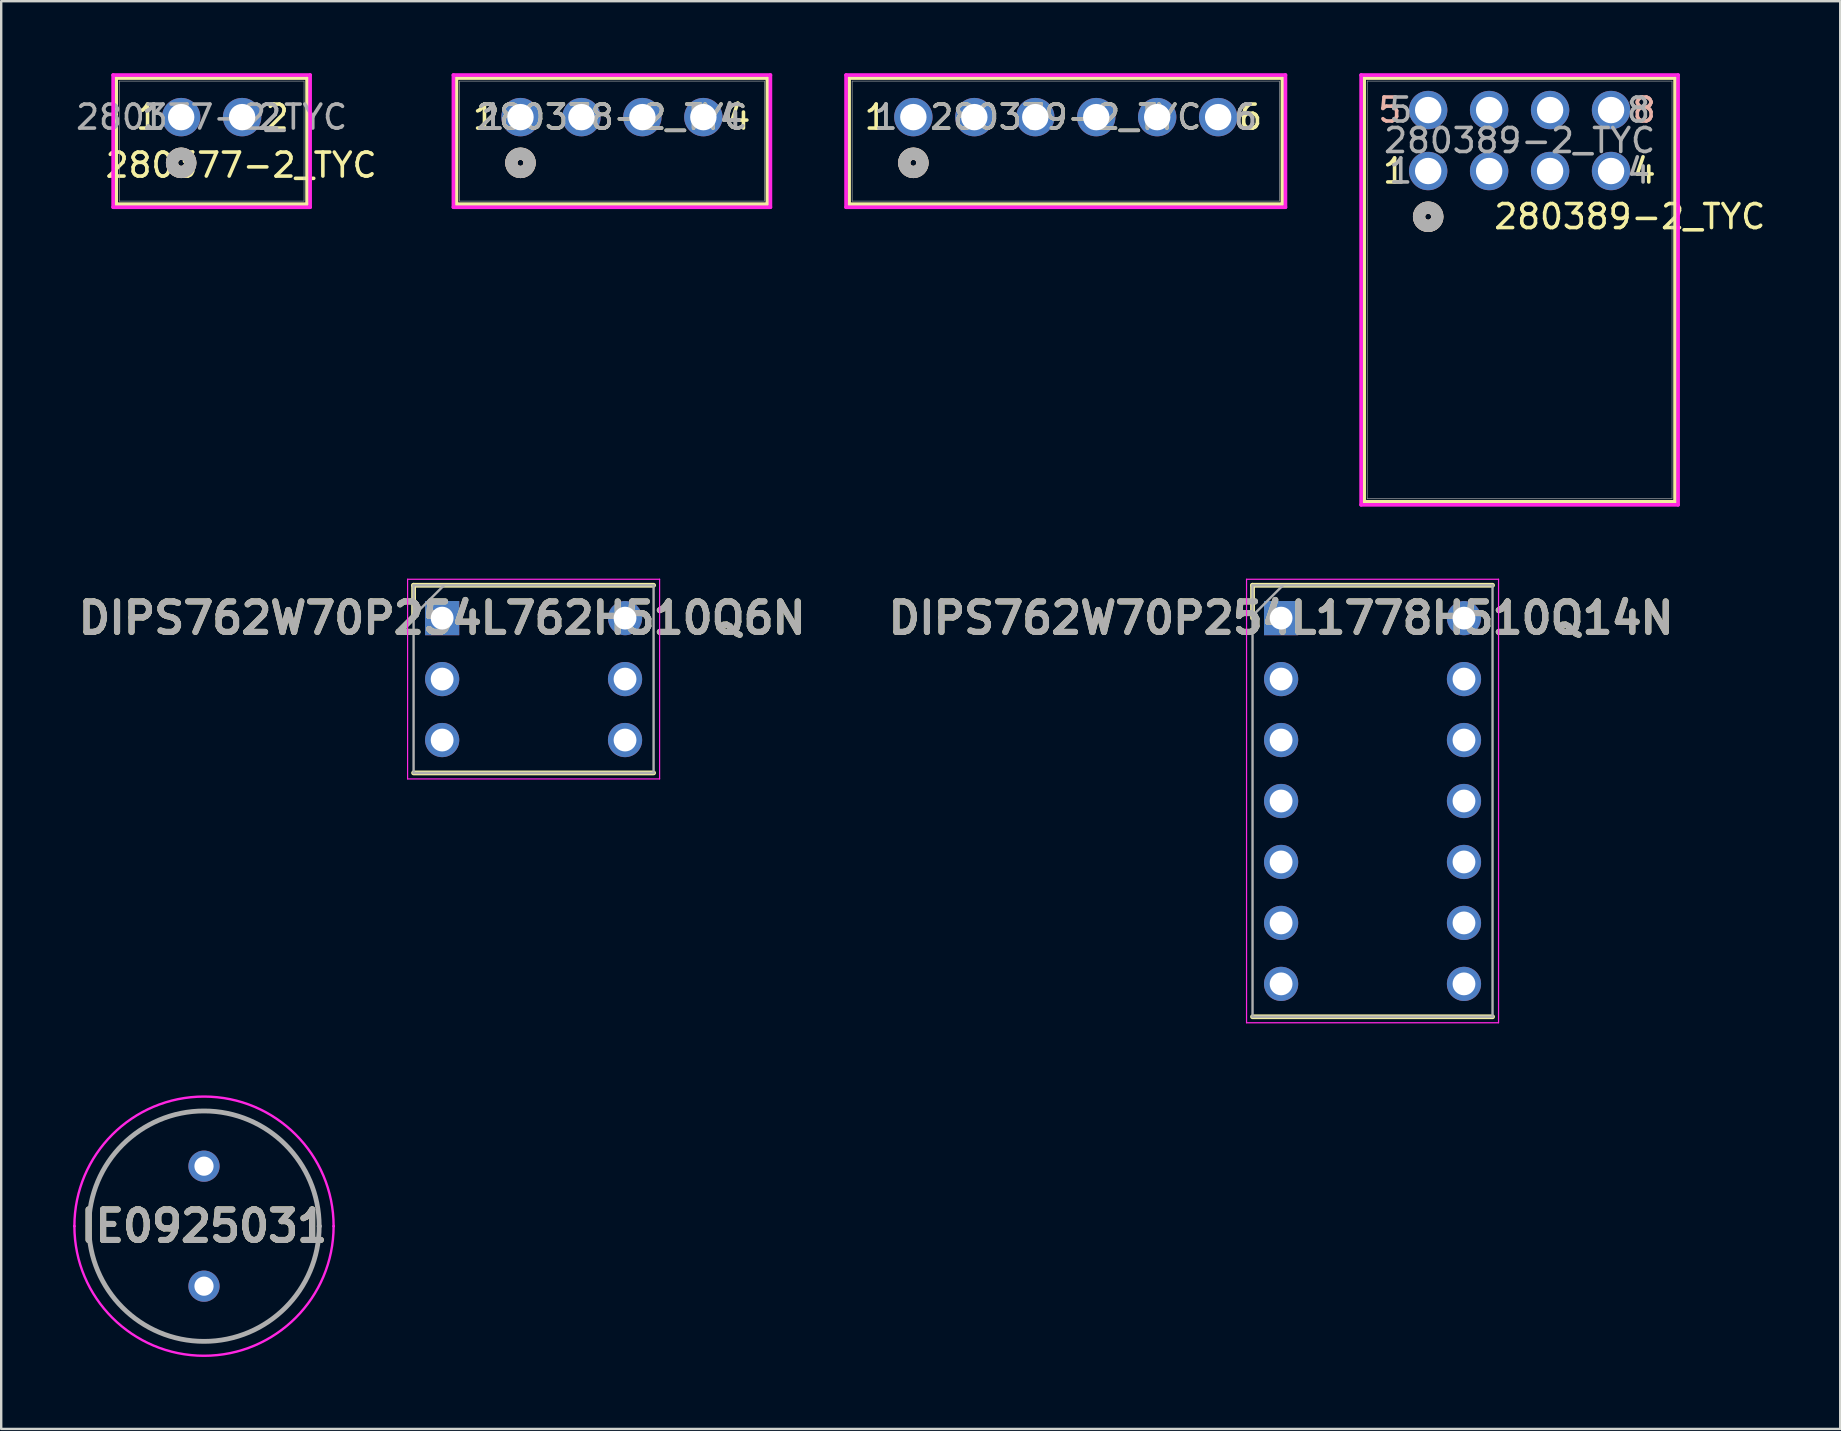
<source format=kicad_pcb>
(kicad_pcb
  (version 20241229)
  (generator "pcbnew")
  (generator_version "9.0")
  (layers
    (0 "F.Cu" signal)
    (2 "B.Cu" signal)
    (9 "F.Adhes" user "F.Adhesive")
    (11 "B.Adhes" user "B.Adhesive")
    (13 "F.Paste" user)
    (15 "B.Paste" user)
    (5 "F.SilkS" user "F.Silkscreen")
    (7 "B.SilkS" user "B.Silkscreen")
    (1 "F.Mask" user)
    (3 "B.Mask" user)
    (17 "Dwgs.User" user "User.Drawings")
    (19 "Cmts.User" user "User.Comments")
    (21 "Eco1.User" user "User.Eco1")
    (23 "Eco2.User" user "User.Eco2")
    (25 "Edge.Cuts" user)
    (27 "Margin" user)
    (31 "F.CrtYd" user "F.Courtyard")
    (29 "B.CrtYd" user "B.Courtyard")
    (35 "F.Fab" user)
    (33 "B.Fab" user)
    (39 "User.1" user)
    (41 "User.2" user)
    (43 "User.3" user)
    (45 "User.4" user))
  (footprint "280379-2_TYC"
    (layer "F.Cu")
    (at 35.006 1.83)
    (property "Reference" "280379-2_TYC" (at 6.35 0 0) (unlocked yes) (layer "F.SilkS") (effects (font (size 1 1) (thickness 0.15))))
    (attr through_hole)
    (fp_line (start -2.677 -1.627) (end -2.677 3.627) (stroke (width 0.152) (type solid)) (layer "F.SilkS"))
    (fp_line (start -2.677 3.627) (end 15.377 3.627) (stroke (width 0.152) (type solid)) (layer "F.SilkS"))
    (fp_line (start 15.377 -1.627) (end -2.677 -1.627) (stroke (width 0.152) (type solid)) (layer "F.SilkS"))
    (fp_line (start 15.377 3.627) (end 15.377 -1.627) (stroke (width 0.152) (type solid)) (layer "F.SilkS"))
    (fp_circle (center 0 1.905) (end 0.381 1.905) (stroke (width 0.508) (type solid)) (fill no) (layer "F.SilkS"))
    (fp_circle (center 0 1.905) (end 0.381 1.905) (stroke (width 0.508) (type solid)) (fill no) (layer "B.SilkS"))
    (fp_line (start -2.804 -1.754) (end -2.804 3.754) (stroke (width 0.152) (type solid)) (layer "F.CrtYd"))
    (fp_line (start -2.804 3.754) (end 15.504 3.754) (stroke (width 0.152) (type solid)) (layer "F.CrtYd"))
    (fp_line (start 15.504 -1.754) (end -2.804 -1.754) (stroke (width 0.152) (type solid)) (layer "F.CrtYd"))
    (fp_line (start 15.504 3.754) (end 15.504 -1.754) (stroke (width 0.152) (type solid)) (layer "F.CrtYd"))
    (fp_line (start -2.55 -1.5) (end -2.55 3.5) (stroke (width 0.025) (type solid)) (layer "F.Fab"))
    (fp_line (start -2.55 3.5) (end 15.25 3.5) (stroke (width 0.025) (type solid)) (layer "F.Fab"))
    (fp_line (start 15.25 -1.5) (end -2.55 -1.5) (stroke (width 0.025) (type solid)) (layer "F.Fab"))
    (fp_line (start 15.25 3.5) (end 15.25 -1.5) (stroke (width 0.025) (type solid)) (layer "F.Fab"))
    (fp_circle (center 0 1.905) (end 0.381 1.905) (stroke (width 0.508) (type solid)) (fill no) (layer "F.Fab"))
    (fp_text user "1" (at -1.55 0 0) (unlocked yes) (layer "F.SilkS") (effects (font (size 1 1) (thickness 0.15))))
    (fp_text user "6" (at 14.05 0 0) (unlocked yes) (layer "F.SilkS") (effects (font (size 1 1) (thickness 0.15))))
    (fp_text user "6" (at 13.843 0 0) (unlocked yes) (layer "F.Fab") (effects (font (size 1 1) (thickness 0.15))))
    (fp_text user "1" (at -1.143 0 0) (unlocked yes) (layer "F.Fab") (effects (font (size 1 1) (thickness 0.15))))
    (fp_text user "${REFERENCE}" (at 6.35 0 0) (unlocked yes) (layer "F.Fab") (effects (font (size 1 1) (thickness 0.15))))
    (fp_text user "1" (at -1.143 0 0) (unlocked yes) (layer "F.Fab") (effects (font (size 1 1) (thickness 0.15))))
    (fp_text user "6" (at 13.843 0 0) (unlocked yes) (layer "F.Fab") (effects (font (size 1 1) (thickness 0.15))))
    (pad "1" thru_hole circle (at 0 0) (size 1.6 1.6) (drill 1.1) (layers "*.Cu" "*.Mask"))
    (pad "2" thru_hole circle (at 2.54 0) (size 1.6 1.6) (drill 1.1) (layers "*.Cu" "*.Mask"))
    (pad "3" thru_hole circle (at 5.08 0) (size 1.6 1.6) (drill 1.1) (layers "*.Cu" "*.Mask"))
    (pad "4" thru_hole circle (at 7.62 0) (size 1.6 1.6) (drill 1.1) (layers "*.Cu" "*.Mask"))
    (pad "5" thru_hole circle (at 10.16 0) (size 1.6 1.6) (drill 1.1) (layers "*.Cu" "*.Mask"))
    (pad "6" thru_hole circle (at 12.7 0) (size 1.6 1.6) (drill 1.1) (layers "*.Cu" "*.Mask")))
  (footprint "DIPS762W70P254L1778H510Q14N"
    (layer "F.Cu")
    (at 50.329 22.705)
    (property "Reference" "DIPS762W70P254L1778H510Q14N" (at 0 0 0) (layer "F.SilkS") (effects (font (size 1.27 1.27) (thickness 0.254))))
    (attr through_hole)
    (fp_line (start -1.19 -1.37) (end -1.19 0) (stroke (width 0.2) (type solid)) (layer "F.SilkS"))
    (fp_line (start -1.19 16.61) (end 8.81 16.61) (stroke (width 0.2) (type solid)) (layer "F.SilkS"))
    (fp_line (start 8.81 -1.37) (end -1.19 -1.37) (stroke (width 0.2) (type solid)) (layer "F.SilkS"))
    (fp_line (start -1.44 -1.62) (end 9.06 -1.62) (stroke (width 0.05) (type solid)) (layer "F.CrtYd"))
    (fp_line (start -1.44 16.86) (end -1.44 -1.62) (stroke (width 0.05) (type solid)) (layer "F.CrtYd"))
    (fp_line (start 9.06 -1.62) (end 9.06 16.86) (stroke (width 0.05) (type solid)) (layer "F.CrtYd"))
    (fp_line (start 9.06 16.86) (end -1.44 16.86) (stroke (width 0.05) (type solid)) (layer "F.CrtYd"))
    (fp_line (start -1.19 -1.37) (end 8.81 -1.37) (stroke (width 0.1) (type solid)) (layer "F.Fab"))
    (fp_line (start -1.19 -0.1) (end 0.08 -1.37) (stroke (width 0.1) (type solid)) (layer "F.Fab"))
    (fp_line (start -1.19 16.61) (end -1.19 -1.37) (stroke (width 0.1) (type solid)) (layer "F.Fab"))
    (fp_line (start 8.81 -1.37) (end 8.81 16.61) (stroke (width 0.1) (type solid)) (layer "F.Fab"))
    (fp_line (start 8.81 16.61) (end -1.19 16.61) (stroke (width 0.1) (type solid)) (layer "F.Fab"))
    (fp_text user "${REFERENCE}" (at 0 0 0) (layer "F.Fab") (effects (font (size 1.27 1.27) (thickness 0.254))))
    (pad "1" thru_hole rect (at 0 0) (size 1.425 1.425) (drill 0.95) (layers "*.Cu" "*.Mask"))
    (pad "2" thru_hole circle (at 0 2.54) (size 1.425 1.425) (drill 0.95) (layers "*.Cu" "*.Mask"))
    (pad "3" thru_hole circle (at 0 5.08) (size 1.425 1.425) (drill 0.95) (layers "*.Cu" "*.Mask"))
    (pad "4" thru_hole circle (at 0 7.62) (size 1.425 1.425) (drill 0.95) (layers "*.Cu" "*.Mask"))
    (pad "5" thru_hole circle (at 0 10.16) (size 1.425 1.425) (drill 0.95) (layers "*.Cu" "*.Mask"))
    (pad "6" thru_hole circle (at 0 12.7) (size 1.425 1.425) (drill 0.95) (layers "*.Cu" "*.Mask"))
    (pad "7" thru_hole circle (at 0 15.24) (size 1.425 1.425) (drill 0.95) (layers "*.Cu" "*.Mask"))
    (pad "8" thru_hole circle (at 7.62 15.24) (size 1.425 1.425) (drill 0.95) (layers "*.Cu" "*.Mask"))
    (pad "9" thru_hole circle (at 7.62 12.7) (size 1.425 1.425) (drill 0.95) (layers "*.Cu" "*.Mask"))
    (pad "10" thru_hole circle (at 7.62 10.16) (size 1.425 1.425) (drill 0.95) (layers "*.Cu" "*.Mask"))
    (pad "11" thru_hole circle (at 7.62 7.62) (size 1.425 1.425) (drill 0.95) (layers "*.Cu" "*.Mask"))
    (pad "12" thru_hole circle (at 7.62 5.08) (size 1.425 1.425) (drill 0.95) (layers "*.Cu" "*.Mask"))
    (pad "13" thru_hole circle (at 7.62 2.54) (size 1.425 1.425) (drill 0.95) (layers "*.Cu" "*.Mask"))
    (pad "14" thru_hole circle (at 7.62 0) (size 1.425 1.425) (drill 0.95) (layers "*.Cu" "*.Mask")))
  (footprint "DIPS762W70P254L762H510Q6N"
    (layer "F.Cu")
    (at 15.373 22.705)
    (property "Reference" "DIPS762W70P254L762H510Q6N" (at 0 0 0) (layer "F.SilkS") (effects (font (size 1.27 1.27) (thickness 0.254))))
    (attr through_hole)
    (fp_line (start -1.19 -1.37) (end -1.19 0) (stroke (width 0.2) (type solid)) (layer "F.SilkS"))
    (fp_line (start -1.19 6.45) (end 8.81 6.45) (stroke (width 0.2) (type solid)) (layer "F.SilkS"))
    (fp_line (start 8.81 -1.37) (end -1.19 -1.37) (stroke (width 0.2) (type solid)) (layer "F.SilkS"))
    (fp_line (start -1.44 -1.62) (end 9.06 -1.62) (stroke (width 0.05) (type solid)) (layer "F.CrtYd"))
    (fp_line (start -1.44 6.7) (end -1.44 -1.62) (stroke (width 0.05) (type solid)) (layer "F.CrtYd"))
    (fp_line (start 9.06 -1.62) (end 9.06 6.7) (stroke (width 0.05) (type solid)) (layer "F.CrtYd"))
    (fp_line (start 9.06 6.7) (end -1.44 6.7) (stroke (width 0.05) (type solid)) (layer "F.CrtYd"))
    (fp_line (start -1.19 -1.37) (end 8.81 -1.37) (stroke (width 0.1) (type solid)) (layer "F.Fab"))
    (fp_line (start -1.19 -0.1) (end 0.08 -1.37) (stroke (width 0.1) (type solid)) (layer "F.Fab"))
    (fp_line (start -1.19 6.45) (end -1.19 -1.37) (stroke (width 0.1) (type solid)) (layer "F.Fab"))
    (fp_line (start 8.81 -1.37) (end 8.81 6.45) (stroke (width 0.1) (type solid)) (layer "F.Fab"))
    (fp_line (start 8.81 6.45) (end -1.19 6.45) (stroke (width 0.1) (type solid)) (layer "F.Fab"))
    (fp_text user "${REFERENCE}" (at 0 0 0) (layer "F.Fab") (effects (font (size 1.27 1.27) (thickness 0.254))))
    (pad "1" thru_hole rect (at 0 0) (size 1.425 1.425) (drill 0.95) (layers "*.Cu" "*.Mask"))
    (pad "2" thru_hole circle (at 0 2.54) (size 1.425 1.425) (drill 0.95) (layers "*.Cu" "*.Mask"))
    (pad "3" thru_hole circle (at 0 5.08) (size 1.425 1.425) (drill 0.95) (layers "*.Cu" "*.Mask"))
    (pad "4" thru_hole circle (at 7.62 5.08) (size 1.425 1.425) (drill 0.95) (layers "*.Cu" "*.Mask"))
    (pad "5" thru_hole circle (at 7.62 2.54) (size 1.425 1.425) (drill 0.95) (layers "*.Cu" "*.Mask"))
    (pad "6" thru_hole circle (at 7.62 0) (size 1.425 1.425) (drill 0.95) (layers "*.Cu" "*.Mask")))
  (footprint "280377-2_TYC"
    (layer "F.Cu")
    (at 4.498 1.83)
    (property "Reference" "280377-2_TYC" (at 2.5 2 0) (unlocked yes) (layer "F.SilkS") (effects (font (size 1 1) (thickness 0.15))))
    (attr through_hole)
    (fp_line (start -2.707 -1.627) (end -2.707 3.627) (stroke (width 0.152) (type solid)) (layer "F.SilkS"))
    (fp_line (start -2.707 3.627) (end 5.247 3.627) (stroke (width 0.152) (type solid)) (layer "F.SilkS"))
    (fp_line (start 5.247 -1.627) (end -2.707 -1.627) (stroke (width 0.152) (type solid)) (layer "F.SilkS"))
    (fp_line (start 5.247 3.627) (end 5.247 -1.627) (stroke (width 0.152) (type solid)) (layer "F.SilkS"))
    (fp_circle (center 0 1.905) (end 0.381 1.905) (stroke (width 0.508) (type solid)) (fill no) (layer "F.SilkS"))
    (fp_circle (center 0 1.905) (end 0.381 1.905) (stroke (width 0.508) (type solid)) (fill no) (layer "B.SilkS"))
    (fp_line (start -2.834 -1.754) (end -2.834 3.754) (stroke (width 0.152) (type solid)) (layer "F.CrtYd"))
    (fp_line (start -2.834 3.754) (end 5.374 3.754) (stroke (width 0.152) (type solid)) (layer "F.CrtYd"))
    (fp_line (start 5.374 -1.754) (end -2.834 -1.754) (stroke (width 0.152) (type solid)) (layer "F.CrtYd"))
    (fp_line (start 5.374 3.754) (end 5.374 -1.754) (stroke (width 0.152) (type solid)) (layer "F.CrtYd"))
    (fp_line (start -2.58 -1.5) (end -2.58 3.5) (stroke (width 0.025) (type solid)) (layer "F.Fab"))
    (fp_line (start -2.58 3.5) (end 5.12 3.5) (stroke (width 0.025) (type solid)) (layer "F.Fab"))
    (fp_line (start 5.12 -1.5) (end -2.58 -1.5) (stroke (width 0.025) (type solid)) (layer "F.Fab"))
    (fp_line (start 5.12 3.5) (end 5.12 -1.5) (stroke (width 0.025) (type solid)) (layer "F.Fab"))
    (fp_circle (center 0 1.905) (end 0.381 1.905) (stroke (width 0.508) (type solid)) (fill no) (layer "F.Fab"))
    (fp_text user "2" (at 4 0 0) (unlocked yes) (layer "F.SilkS") (effects (font (size 1 1) (thickness 0.15))))
    (fp_text user "1" (at -1.4 0 0) (unlocked yes) (layer "F.SilkS") (effects (font (size 1 1) (thickness 0.15))))
    (fp_text user "2" (at 3.683 0 0) (unlocked yes) (layer "F.Fab") (effects (font (size 1 1) (thickness 0.15))))
    (fp_text user "1" (at -1.143 0 0) (unlocked yes) (layer "F.Fab") (effects (font (size 1 1) (thickness 0.15))))
    (fp_text user "${REFERENCE}" (at 1.27 0 0) (unlocked yes) (layer "F.Fab") (effects (font (size 1 1) (thickness 0.15))))
    (fp_text user "1" (at -1.143 0 0) (unlocked yes) (layer "F.Fab") (effects (font (size 1 1) (thickness 0.15))))
    (fp_text user "2" (at 3.683 0 0) (unlocked yes) (layer "F.Fab") (effects (font (size 1 1) (thickness 0.15))))
    (pad "1" thru_hole circle (at 0 0) (size 1.6 1.6) (drill 1.1) (layers "*.Cu" "*.Mask"))
    (pad "2" thru_hole circle (at 2.54 0) (size 1.6 1.6) (drill 1.1) (layers "*.Cu" "*.Mask")))
  (footprint "IE0925031"
    (layer "F.Cu")
    (at 5.45 50.54)
    (property "Reference" "IE0925031" (at 0 -2.5 0) (layer "F.SilkS") (effects (font (size 1.27 1.27) (thickness 0.254))))
    (attr through_hole)
    (fp_line (start -4.8 -2.5) (end -4.8 -2.5) (stroke (width 0.1) (type solid)) (layer "F.SilkS"))
    (fp_line (start 4.8 -2.5) (end 4.8 -2.5) (stroke (width 0.1) (type solid)) (layer "F.SilkS"))
    (fp_arc (start -4.8 -2.5) (mid 0 -7.3) (end 4.8 -2.5) (stroke (width 0.1) (type solid)) (layer "F.SilkS"))
    (fp_arc (start 4.8 -2.5) (mid 0 2.3) (end -4.8 -2.5) (stroke (width 0.1) (type solid)) (layer "F.SilkS"))
    (fp_line (start -5.4 -2.5) (end -5.4 -2.5) (stroke (width 0.1) (type solid)) (layer "F.CrtYd"))
    (fp_line (start 5.4 -2.5) (end 5.4 -2.5) (stroke (width 0.1) (type solid)) (layer "F.CrtYd"))
    (fp_arc (start -5.4 -2.5) (mid 0 -7.9) (end 5.4 -2.5) (stroke (width 0.1) (type solid)) (layer "F.CrtYd"))
    (fp_arc (start 5.4 -2.5) (mid 0 2.9) (end -5.4 -2.5) (stroke (width 0.1) (type solid)) (layer "F.CrtYd"))
    (fp_line (start -4.8 -2.5) (end -4.8 -2.5) (stroke (width 0.2) (type solid)) (layer "F.Fab"))
    (fp_line (start 4.8 -2.5) (end 4.8 -2.5) (stroke (width 0.2) (type solid)) (layer "F.Fab"))
    (fp_arc (start -4.8 -2.5) (mid 0 -7.3) (end 4.8 -2.5) (stroke (width 0.2) (type solid)) (layer "F.Fab"))
    (fp_arc (start 4.8 -2.5) (mid 0 2.3) (end -4.8 -2.5) (stroke (width 0.2) (type solid)) (layer "F.Fab"))
    (fp_text user "${REFERENCE}" (at 0 -2.5 0) (layer "F.Fab") (effects (font (size 1.27 1.27) (thickness 0.254))))
    (pad "1" thru_hole circle (at 0 0) (size 1.3 1.3) (drill 0.8) (layers "*.Cu" "*.Mask"))
    (pad "2" thru_hole circle (at 0 -5) (size 1.3 1.3) (drill 0.8) (layers "*.Cu" "*.Mask")))
  (footprint "280378-2_TYC"
    (layer "F.Cu")
    (at 18.636 1.83)
    (property "Reference" "280378-2_TYC" (at 3.81 0 0) (unlocked yes) (layer "F.SilkS") (effects (font (size 1 1) (thickness 0.15))))
    (attr through_hole)
    (fp_line (start -2.667 -1.627) (end -2.667 3.627) (stroke (width 0.152) (type solid)) (layer "F.SilkS"))
    (fp_line (start -2.667 3.627) (end 10.287 3.627) (stroke (width 0.152) (type solid)) (layer "F.SilkS"))
    (fp_line (start 10.287 -1.627) (end -2.667 -1.627) (stroke (width 0.152) (type solid)) (layer "F.SilkS"))
    (fp_line (start 10.287 3.627) (end 10.287 -1.627) (stroke (width 0.152) (type solid)) (layer "F.SilkS"))
    (fp_circle (center 0 1.905) (end 0.381 1.905) (stroke (width 0.508) (type solid)) (fill no) (layer "F.SilkS"))
    (fp_circle (center 0 1.905) (end 0.381 1.905) (stroke (width 0.508) (type solid)) (fill no) (layer "B.SilkS"))
    (fp_line (start -2.794 -1.754) (end -2.794 3.754) (stroke (width 0.152) (type solid)) (layer "F.CrtYd"))
    (fp_line (start -2.794 3.754) (end 10.414 3.754) (stroke (width 0.152) (type solid)) (layer "F.CrtYd"))
    (fp_line (start 10.414 -1.754) (end -2.794 -1.754) (stroke (width 0.152) (type solid)) (layer "F.CrtYd"))
    (fp_line (start 10.414 3.754) (end 10.414 -1.754) (stroke (width 0.152) (type solid)) (layer "F.CrtYd"))
    (fp_line (start -2.54 -1.5) (end -2.54 3.5) (stroke (width 0.025) (type solid)) (layer "F.Fab"))
    (fp_line (start -2.54 3.5) (end 10.16 3.5) (stroke (width 0.025) (type solid)) (layer "F.Fab"))
    (fp_line (start 10.16 -1.5) (end -2.54 -1.5) (stroke (width 0.025) (type solid)) (layer "F.Fab"))
    (fp_line (start 10.16 3.5) (end 10.16 -1.5) (stroke (width 0.025) (type solid)) (layer "F.Fab"))
    (fp_circle (center 0 1.905) (end 0.381 1.905) (stroke (width 0.508) (type solid)) (fill no) (layer "F.Fab"))
    (fp_text user "4" (at 9.1 0 0) (unlocked yes) (layer "F.SilkS") (effects (font (size 1 1) (thickness 0.15))))
    (fp_text user "1" (at -1.5 0 0) (unlocked yes) (layer "F.SilkS") (effects (font (size 1 1) (thickness 0.15))))
    (fp_text user "4" (at 8.763 0 0) (unlocked yes) (layer "F.Fab") (effects (font (size 1 1) (thickness 0.15))))
    (fp_text user "1" (at -1.143 0 0) (unlocked yes) (layer "F.Fab") (effects (font (size 1 1) (thickness 0.15))))
    (fp_text user "4" (at 8.763 0 0) (unlocked yes) (layer "F.Fab") (effects (font (size 1 1) (thickness 0.15))))
    (fp_text user "${REFERENCE}" (at 3.81 0 0) (unlocked yes) (layer "F.Fab") (effects (font (size 1 1) (thickness 0.15))))
    (fp_text user "1" (at -1.143 0 0) (unlocked yes) (layer "F.Fab") (effects (font (size 1 1) (thickness 0.15))))
    (pad "1" thru_hole circle (at 0 0) (size 1.6 1.6) (drill 1.1) (layers "*.Cu" "*.Mask"))
    (pad "2" thru_hole circle (at 2.54 0) (size 1.6 1.6) (drill 1.1) (layers "*.Cu" "*.Mask"))
    (pad "3" thru_hole circle (at 5.08 0) (size 1.6 1.6) (drill 1.1) (layers "*.Cu" "*.Mask"))
    (pad "4" thru_hole circle (at 7.62 0) (size 1.6 1.6) (drill 1.1) (layers "*.Cu" "*.Mask")))
  (footprint "280389-2_TYC"
    (layer "F.Cu")
    (at 56.457 4.076)
    (property "Reference" "280389-2_TYC" (at 8.4 1.9 0) (unlocked yes) (layer "F.SilkS") (effects (font (size 1 1) (thickness 0.15))))
    (attr through_hole)
    (fp_line (start -2.667 -3.873) (end -2.667 13.781) (stroke (width 0.152) (type solid)) (layer "F.SilkS"))
    (fp_line (start -2.667 13.781) (end 10.287 13.781) (stroke (width 0.152) (type solid)) (layer "F.SilkS"))
    (fp_line (start 10.287 -3.873) (end -2.667 -3.873) (stroke (width 0.152) (type solid)) (layer "F.SilkS"))
    (fp_line (start 10.287 13.781) (end 10.287 -3.873) (stroke (width 0.152) (type solid)) (layer "F.SilkS"))
    (fp_circle (center 0 1.905) (end 0.381 1.905) (stroke (width 0.508) (type solid)) (fill no) (layer "F.SilkS"))
    (fp_circle (center 0 1.905) (end 0.381 1.905) (stroke (width 0.508) (type solid)) (fill no) (layer "B.SilkS"))
    (fp_line (start -2.794 -4) (end -2.794 13.908) (stroke (width 0.152) (type solid)) (layer "F.CrtYd"))
    (fp_line (start -2.794 13.908) (end 10.414 13.908) (stroke (width 0.152) (type solid)) (layer "F.CrtYd"))
    (fp_line (start 10.414 -4) (end -2.794 -4) (stroke (width 0.152) (type solid)) (layer "F.CrtYd"))
    (fp_line (start 10.414 13.908) (end 10.414 -4) (stroke (width 0.152) (type solid)) (layer "F.CrtYd"))
    (fp_line (start -2.54 -3.746) (end -2.54 13.654) (stroke (width 0.025) (type solid)) (layer "F.Fab"))
    (fp_line (start -2.54 13.654) (end 10.16 13.654) (stroke (width 0.025) (type solid)) (layer "F.Fab"))
    (fp_line (start 10.16 -3.746) (end -2.54 -3.746) (stroke (width 0.025) (type solid)) (layer "F.Fab"))
    (fp_line (start 10.16 13.654) (end 10.16 -3.746) (stroke (width 0.025) (type solid)) (layer "F.Fab"))
    (fp_circle (center 0 1.905) (end 0.381 1.905) (stroke (width 0.508) (type solid)) (fill no) (layer "F.Fab"))
    (fp_text user "4" (at 9 0 0) (unlocked yes) (layer "F.SilkS") (effects (font (size 1 1) (thickness 0.15))))
    (fp_text user "1" (at -1.4 0 0) (unlocked yes) (layer "F.SilkS") (effects (font (size 1 1) (thickness 0.15))))
    (fp_text user "5" (at -1.6 -2.54 0) (unlocked yes) (layer "B.SilkS") (effects (font (size 1 1) (thickness 0.15))))
    (fp_text user "8" (at 9 -2.54 0) (unlocked yes) (layer "B.SilkS") (effects (font (size 1 1) (thickness 0.15))))
    (fp_text user "${REFERENCE}" (at 3.81 -1.27 0) (unlocked yes) (layer "F.Fab") (effects (font (size 1 1) (thickness 0.15))))
    (fp_text user "4" (at 8.763 0 0) (unlocked yes) (layer "F.Fab") (effects (font (size 1 1) (thickness 0.15))))
    (fp_text user "1" (at -1.143 0 0) (unlocked yes) (layer "F.Fab") (effects (font (size 1 1) (thickness 0.15))))
    (fp_text user "8" (at 8.763 -2.54 0) (unlocked yes) (layer "F.Fab") (effects (font (size 1 1) (thickness 0.15))))
    (fp_text user "5" (at -1.143 -2.54 0) (unlocked yes) (layer "F.Fab") (effects (font (size 1 1) (thickness 0.15))))
    (pad "1" thru_hole circle (at 0 0) (size 1.6 1.6) (drill 1.1) (layers "*.Cu" "*.Mask"))
    (pad "2" thru_hole circle (at 2.54 0) (size 1.6 1.6) (drill 1.1) (layers "*.Cu" "*.Mask"))
    (pad "3" thru_hole circle (at 5.08 0) (size 1.6 1.6) (drill 1.1) (layers "*.Cu" "*.Mask"))
    (pad "4" thru_hole circle (at 7.62 0) (size 1.6 1.6) (drill 1.1) (layers "*.Cu" "*.Mask"))
    (pad "5" thru_hole circle (at 0 -2.54) (size 1.6 1.6) (drill 1.1) (layers "*.Cu" "*.Mask"))
    (pad "6" thru_hole circle (at 2.54 -2.54) (size 1.6 1.6) (drill 1.1) (layers "*.Cu" "*.Mask"))
    (pad "7" thru_hole circle (at 5.08 -2.54) (size 1.6 1.6) (drill 1.1) (layers "*.Cu" "*.Mask"))
    (pad "8" thru_hole circle (at 7.62 -2.54) (size 1.6 1.6) (drill 1.1) (layers "*.Cu" "*.Mask")))
  (gr_rect
    (start -3 -3)
    (end 73.625 56.49)
    (stroke (width 0.1) (type default))
    (fill no)
    (layer "Edge.Cuts")))
</source>
